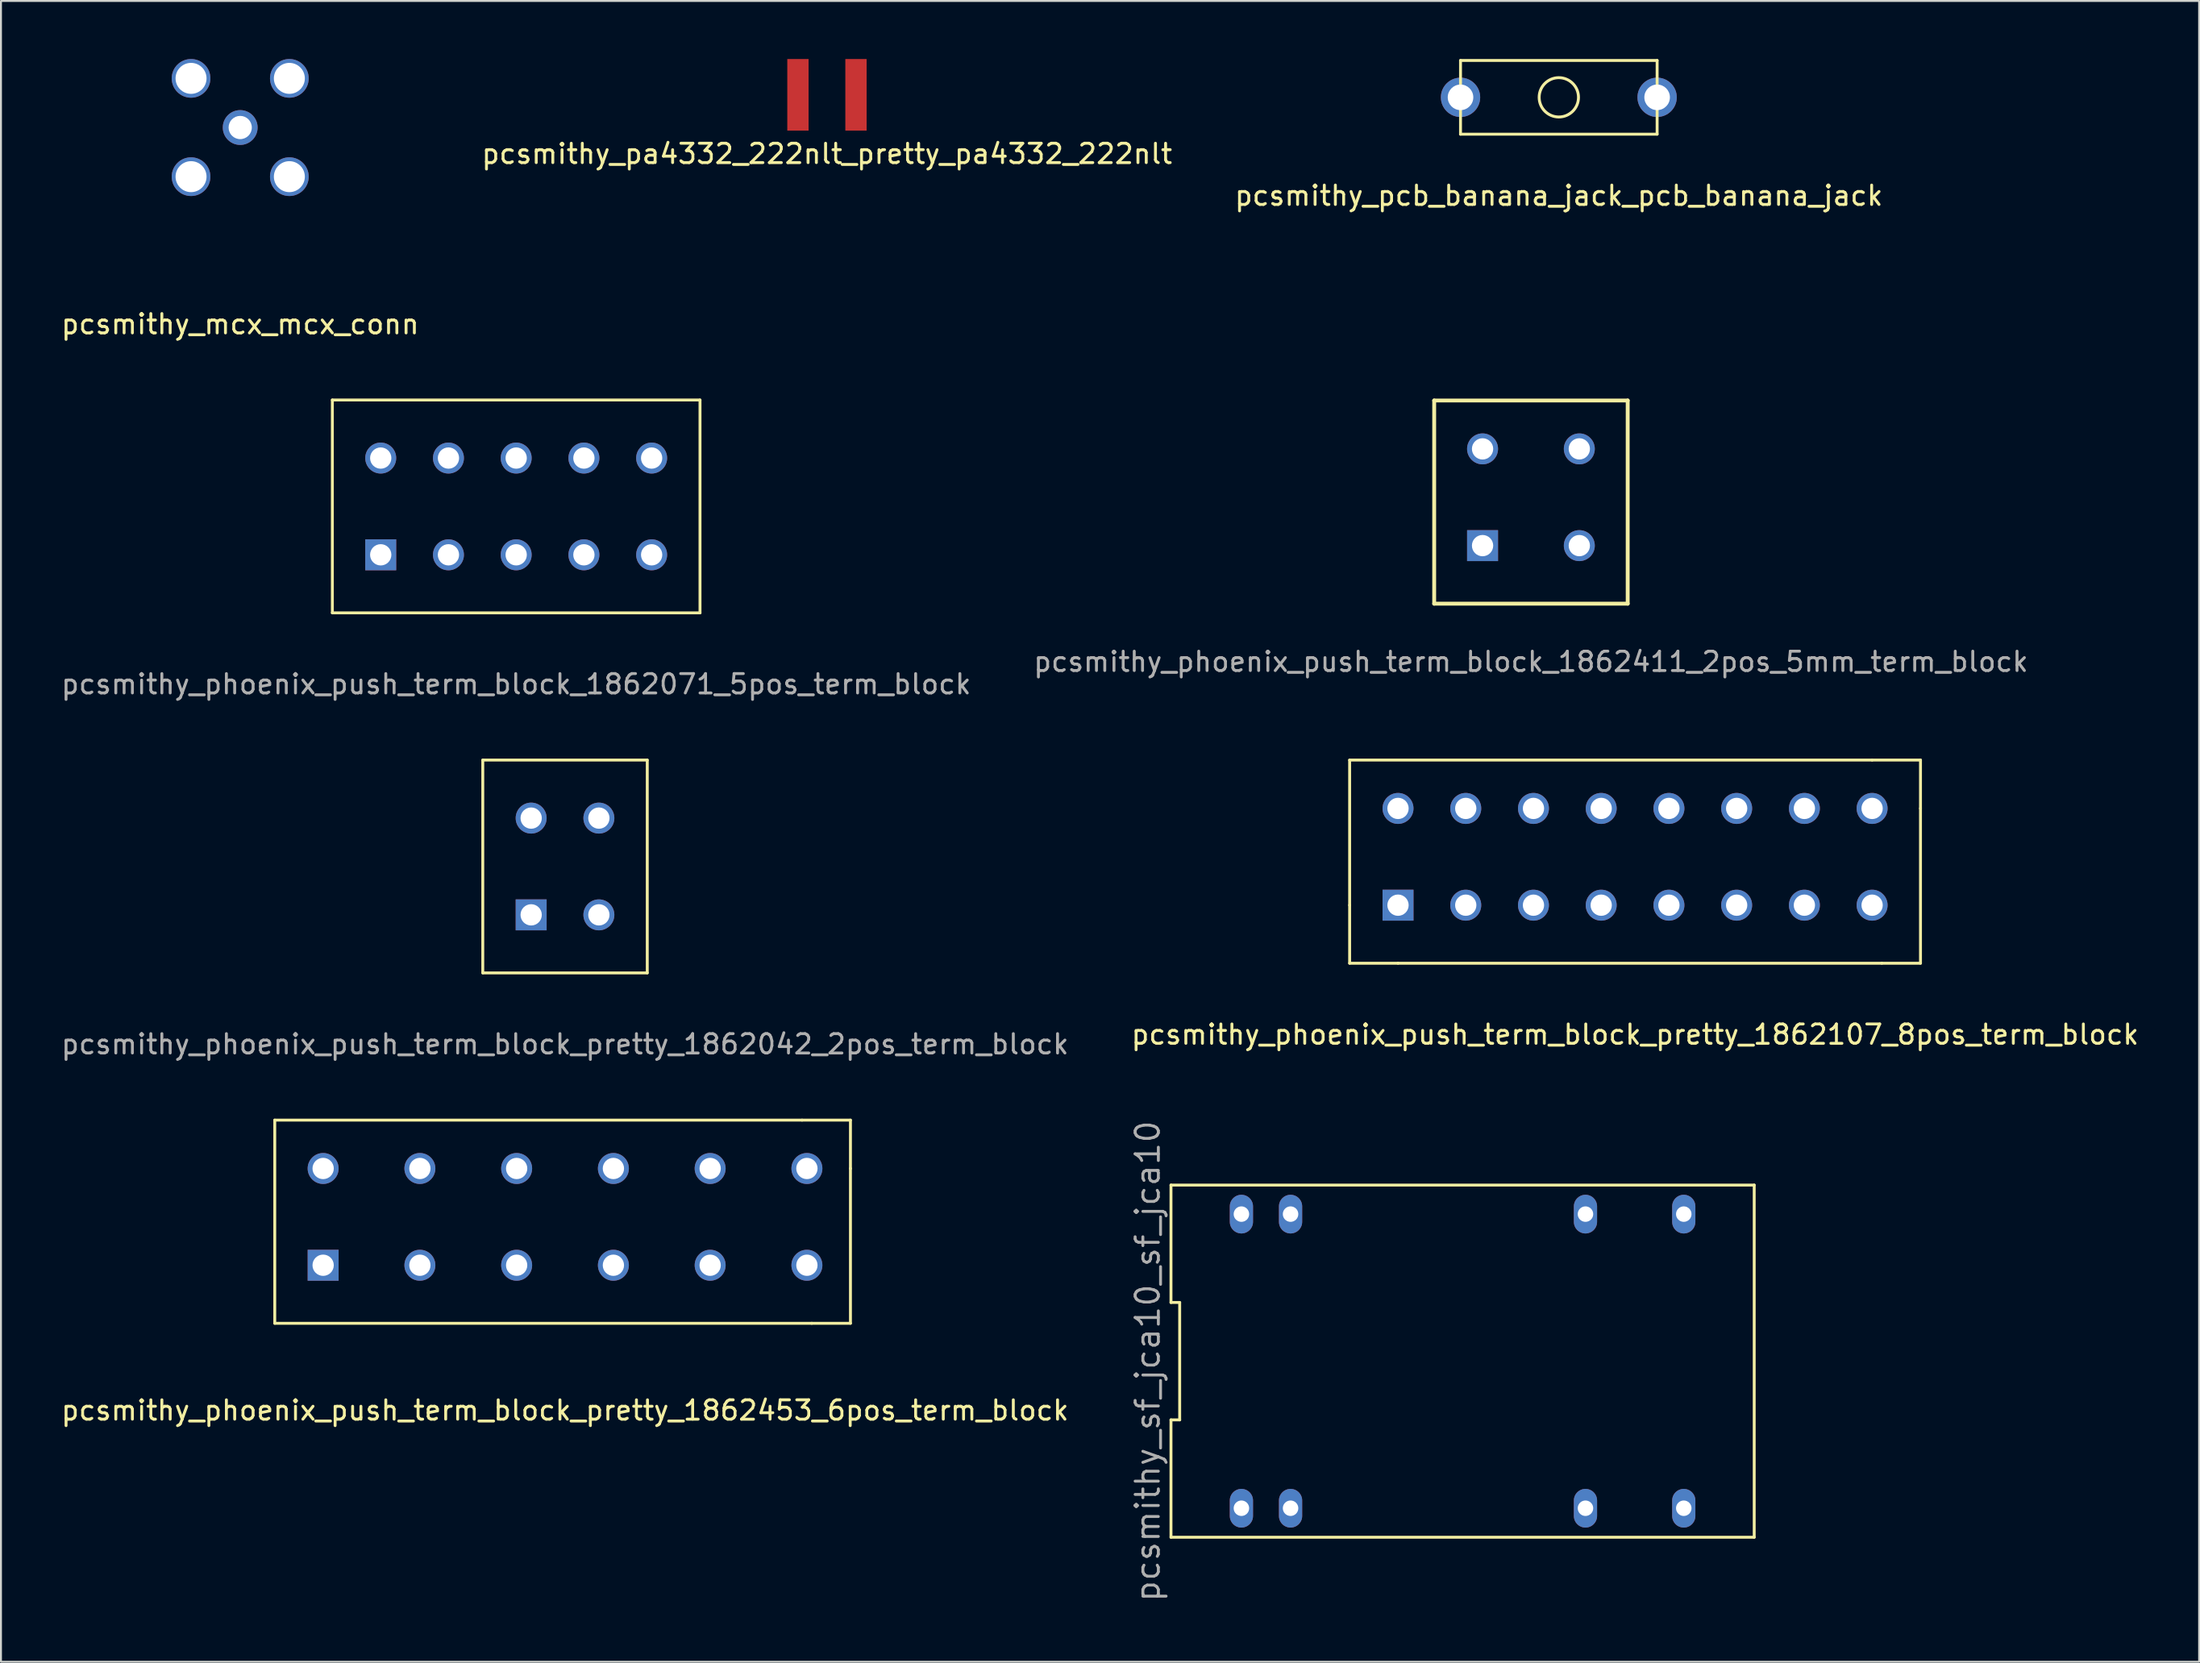
<source format=kicad_pcb>
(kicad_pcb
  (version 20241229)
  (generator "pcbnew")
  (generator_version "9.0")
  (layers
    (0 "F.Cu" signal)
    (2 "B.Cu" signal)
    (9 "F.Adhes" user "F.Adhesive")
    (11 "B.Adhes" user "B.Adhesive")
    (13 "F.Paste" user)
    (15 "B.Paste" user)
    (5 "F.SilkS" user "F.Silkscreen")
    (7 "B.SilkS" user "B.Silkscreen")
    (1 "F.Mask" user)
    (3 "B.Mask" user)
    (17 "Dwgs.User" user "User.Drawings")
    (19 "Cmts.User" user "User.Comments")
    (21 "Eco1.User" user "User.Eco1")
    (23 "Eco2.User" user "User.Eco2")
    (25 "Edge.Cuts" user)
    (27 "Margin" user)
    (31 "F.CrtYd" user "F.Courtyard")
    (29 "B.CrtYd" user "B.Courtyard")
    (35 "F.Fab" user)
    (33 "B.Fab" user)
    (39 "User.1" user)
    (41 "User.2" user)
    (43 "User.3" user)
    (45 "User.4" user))
  (footprint "pcsmithy_pa4332_222nlt_pretty_pa4332_222nlt"
    (layer "F.Cu")
    (at 39.685 1.85)
    (property "Reference" "pcsmithy_pa4332_222nlt_pretty_pa4332_222nlt" (at 0 3.048 0) (layer "F.SilkS") (effects (font (size 1 1) (thickness 0.15))))
    (attr through_hole)
    (pad "1" smd rect (at -1.5 0) (size 1.1 3.7) (layers "F.Cu" "F.Mask" "F.Paste"))
    (pad "2" smd rect (at 1.5 0) (size 1.1 3.7) (layers "F.Cu" "F.Mask" "F.Paste")))
  (footprint "pcsmithy_phoenix_push_term_block_pretty_1862042_2pos_term_block"
    (layer "F.Cu")
    (at 26.149 39.23)
    (property "Reference" "pcsmithy_phoenix_push_term_block_pretty_1862042_2pos_term_block" (at 0 11.684 0) (layer "F.Fab") (effects (font (size 1 1) (thickness 0.15))))
    (attr through_hole)
    (fp_line (start -4.25 8) (end -4.25 -3) (stroke (width 0.15) (type solid)) (layer "F.SilkS"))
    (fp_line (start -4.25 8) (end 4.25 8) (stroke (width 0.15) (type solid)) (layer "F.SilkS"))
    (fp_line (start 4.25 -3) (end -4.25 -3) (stroke (width 0.15) (type solid)) (layer "F.SilkS"))
    (fp_line (start 4.25 8) (end 4.25 -3) (stroke (width 0.15) (type solid)) (layer "F.SilkS"))
    (pad "" np_thru_hole circle (at -1.75 0) (size 1.6 1.6) (drill 1.1) (layers "*.Cu" "*.Mask"))
    (pad "" np_thru_hole circle (at 1.75 0) (size 1.6 1.6) (drill 1.1) (layers "*.Cu" "*.Mask"))
    (pad "1" thru_hole rect (at -1.75 5) (size 1.6 1.6) (drill 1.1) (layers "*.Cu" "*.Mask"))
    (pad "2" thru_hole circle (at 1.75 5) (size 1.6 1.6) (drill 1.1) (layers "*.Cu" "*.Mask")))
  (footprint "pcsmithy_pcb_banana_jack_pcb_banana_jack"
    (layer "F.Cu")
    (at 77.506 1.98)
    (property "Reference" "pcsmithy_pcb_banana_jack_pcb_banana_jack" (at 0 5.08 0) (layer "F.SilkS") (effects (font (size 1 1) (thickness 0.15))))
    (attr through_hole)
    (fp_line (start -5.08 -1.905) (end -5.08 1.905) (stroke (width 0.15) (type solid)) (layer "F.SilkS"))
    (fp_line (start -5.08 1.905) (end 5.08 1.905) (stroke (width 0.15) (type solid)) (layer "F.SilkS"))
    (fp_line (start 5.08 -1.905) (end -5.08 -1.905) (stroke (width 0.15) (type solid)) (layer "F.SilkS"))
    (fp_line (start 5.08 1.905) (end 5.08 -1.905) (stroke (width 0.15) (type solid)) (layer "F.SilkS"))
    (fp_circle (center 0 0) (end 1.016 0) (stroke (width 0.15) (type solid)) (fill no) (layer "F.SilkS"))
    (pad "1" thru_hole circle (at -5.08 0) (size 2.032 2.032) (drill 1.321) (layers "*.Cu" "*.Mask"))
    (pad "1" thru_hole circle (at 5.08 0) (size 2.032 2.032) (drill 1.321) (layers "*.Cu" "*.Mask")))
  (footprint "pcsmithy_phoenix_push_term_block_pretty_1862453_6pos_term_block"
    (layer "F.Cu")
    (at 26.149 59.838)
    (property "Reference" "pcsmithy_phoenix_push_term_block_pretty_1862453_6pos_term_block" (at 0 10 0) (layer "F.SilkS") (effects (font (size 1 1) (thickness 0.15))))
    (attr through_hole)
    (fp_line (start -15 -5) (end 12.25 -5) (stroke (width 0.15) (type solid)) (layer "F.SilkS"))
    (fp_line (start -15 5.5) (end -15 -5) (stroke (width 0.15) (type solid)) (layer "F.SilkS"))
    (fp_line (start -15 5.5) (end 12.75 5.5) (stroke (width 0.15) (type solid)) (layer "F.SilkS"))
    (fp_line (start 14.75 -5) (end 12.25 -5) (stroke (width 0.15) (type solid)) (layer "F.SilkS"))
    (fp_line (start 14.75 -2.5) (end 14.75 -5) (stroke (width 0.15) (type solid)) (layer "F.SilkS"))
    (fp_line (start 14.75 -2.5) (end 14.75 5.5) (stroke (width 0.15) (type solid)) (layer "F.SilkS"))
    (fp_line (start 14.75 5.5) (end 12.75 5.5) (stroke (width 0.15) (type solid)) (layer "F.SilkS"))
    (pad "1" thru_hole circle (at -12.5 -2.5) (size 1.6 1.6) (drill 1.1) (layers "*.Cu" "*.Mask"))
    (pad "1" thru_hole rect (at -12.5 2.5) (size 1.6 1.6) (drill 1.1) (layers "*.Cu" "*.Mask"))
    (pad "2" thru_hole circle (at -7.5 -2.5) (size 1.6 1.6) (drill 1.1) (layers "*.Cu" "*.Mask"))
    (pad "2" thru_hole circle (at -7.5 2.5) (size 1.6 1.6) (drill 1.1) (layers "*.Cu" "*.Mask"))
    (pad "3" thru_hole circle (at -2.5 -2.5) (size 1.6 1.6) (drill 1.1) (layers "*.Cu" "*.Mask"))
    (pad "3" thru_hole circle (at -2.5 2.5) (size 1.6 1.6) (drill 1.1) (layers "*.Cu" "*.Mask"))
    (pad "4" thru_hole circle (at 2.5 -2.5) (size 1.6 1.6) (drill 1.1) (layers "*.Cu" "*.Mask"))
    (pad "4" thru_hole circle (at 2.5 2.5) (size 1.6 1.6) (drill 1.1) (layers "*.Cu" "*.Mask"))
    (pad "5" thru_hole circle (at 7.5 -2.5) (size 1.6 1.6) (drill 1.1) (layers "*.Cu" "*.Mask"))
    (pad "5" thru_hole circle (at 7.5 2.5) (size 1.6 1.6) (drill 1.1) (layers "*.Cu" "*.Mask"))
    (pad "6" thru_hole circle (at 12.5 -2.5) (size 1.6 1.6) (drill 1.1) (layers "*.Cu" "*.Mask"))
    (pad "6" thru_hole circle (at 12.5 2.5) (size 1.6 1.6) (drill 1.1) (layers "*.Cu" "*.Mask")))
  (footprint "pcsmithy_mcx_mcx_conn"
    (layer "F.Cu")
    (at 9.363 3.54)
    (property "Reference" "pcsmithy_mcx_mcx_conn" (at 0 10.16 0) (layer "F.SilkS") (effects (font (size 1 1) (thickness 0.15))))
    (attr through_hole)
    (pad "1" thru_hole circle (at 0 0) (size 1.8 1.8) (drill 1.2) (layers "*.Cu" "*.Mask"))
    (pad "2" thru_hole circle (at -2.54 -2.54) (size 2 2) (drill 1.6) (layers "*.Cu" "*.Mask"))
    (pad "2" thru_hole circle (at -2.54 2.54) (size 2 2) (drill 1.6) (layers "*.Cu" "*.Mask"))
    (pad "2" thru_hole circle (at 2.54 -2.54) (size 2 2) (drill 1.6) (layers "*.Cu" "*.Mask"))
    (pad "2" thru_hole circle (at 2.54 2.54) (size 2 2) (drill 1.6) (layers "*.Cu" "*.Mask")))
  (footprint "pcsmithy_phoenix_push_term_block_1862071_5pos_term_block"
    (layer "F.Cu")
    (at 23.625 20.623)
    (property "Reference" "pcsmithy_phoenix_push_term_block_1862071_5pos_term_block" (at 0 11.684 0) (layer "F.Fab") (effects (font (size 1 1) (thickness 0.15))))
    (attr through_hole)
    (fp_line (start -9.5 -3) (end 9.5 -3) (stroke (width 0.15) (type solid)) (layer "F.SilkS"))
    (fp_line (start -9.5 8) (end -9.5 -3) (stroke (width 0.15) (type solid)) (layer "F.SilkS"))
    (fp_line (start -9.5 8) (end 9.5 8) (stroke (width 0.15) (type solid)) (layer "F.SilkS"))
    (fp_line (start 9.5 -3) (end 9.5 8) (stroke (width 0.15) (type solid)) (layer "F.SilkS"))
    (pad "" np_thru_hole circle (at -7 0) (size 1.6 1.6) (drill 1.1) (layers "*.Cu" "*.Mask"))
    (pad "" np_thru_hole circle (at -3.5 0) (size 1.6 1.6) (drill 1.1) (layers "*.Cu" "*.Mask"))
    (pad "" np_thru_hole circle (at 0 0) (size 1.6 1.6) (drill 1.1) (layers "*.Cu" "*.Mask"))
    (pad "" np_thru_hole circle (at 3.5 0) (size 1.6 1.6) (drill 1.1) (layers "*.Cu" "*.Mask"))
    (pad "" np_thru_hole circle (at 7 0) (size 1.6 1.6) (drill 1.1) (layers "*.Cu" "*.Mask"))
    (pad "1" thru_hole rect (at -7 5) (size 1.6 1.6) (drill 1.1) (layers "*.Cu" "*.Mask"))
    (pad "2" thru_hole circle (at -3.5 5) (size 1.6 1.6) (drill 1.1) (layers "*.Cu" "*.Mask"))
    (pad "3" thru_hole circle (at 0 5) (size 1.6 1.6) (drill 1.1) (layers "*.Cu" "*.Mask"))
    (pad "4" thru_hole circle (at 3.5 5) (size 1.6 1.6) (drill 1.1) (layers "*.Cu" "*.Mask"))
    (pad "5" thru_hole circle (at 7 5) (size 1.6 1.6) (drill 1.1) (layers "*.Cu" "*.Mask")))
  (footprint "pcsmithy_sf_jca10_sf_jca10"
    (layer "F.Cu")
    (at 72.533 67.296)
    (property "Reference" "pcsmithy_sf_jca10_sf_jca10" (at -16.27 0 90) (layer "F.Fab") (effects (font (size 1.2 1.2) (thickness 0.15))))
    (attr through_hole)
    (fp_line (start -15.07 -9.1) (end -15.07 -3.033) (stroke (width 0.15) (type solid)) (layer "F.SilkS"))
    (fp_line (start -15.07 -3.033) (end -14.62 -3.033) (stroke (width 0.15) (type solid)) (layer "F.SilkS"))
    (fp_line (start -15.07 3.033) (end -15.07 9.1) (stroke (width 0.15) (type solid)) (layer "F.SilkS"))
    (fp_line (start -15.07 9.1) (end 15.07 9.1) (stroke (width 0.15) (type solid)) (layer "F.SilkS"))
    (fp_line (start -14.62 -3.033) (end -14.62 3.033) (stroke (width 0.15) (type solid)) (layer "F.SilkS"))
    (fp_line (start -14.62 3.033) (end -15.07 3.033) (stroke (width 0.15) (type solid)) (layer "F.SilkS"))
    (fp_line (start 15.07 -9.1) (end -15.07 -9.1) (stroke (width 0.15) (type solid)) (layer "F.SilkS"))
    (fp_line (start 15.07 9.1) (end 15.07 -9.1) (stroke (width 0.15) (type solid)) (layer "F.SilkS"))
    (pad "2" thru_hole oval (at -11.43 7.6) (size 1.2 2) (drill 0.8) (layers "*.Cu" "*.Mask"))
    (pad "3" thru_hole oval (at -8.89 7.6) (size 1.2 2) (drill 0.8) (layers "*.Cu" "*.Mask"))
    (pad "9" thru_hole oval (at 6.35 7.6) (size 1.2 2) (drill 0.8) (layers "*.Cu" "*.Mask"))
    (pad "11" thru_hole oval (at 11.43 7.6) (size 1.2 2) (drill 0.8) (layers "*.Cu" "*.Mask"))
    (pad "14" thru_hole oval (at 11.43 -7.6) (size 1.2 2) (drill 0.8) (layers "*.Cu" "*.Mask"))
    (pad "16" thru_hole oval (at 6.35 -7.6) (size 1.2 2) (drill 0.8) (layers "*.Cu" "*.Mask"))
    (pad "22" thru_hole oval (at -8.89 -7.6) (size 1.2 2) (drill 0.8) (layers "*.Cu" "*.Mask"))
    (pad "23" thru_hole oval (at -11.43 -7.6) (size 1.2 2) (drill 0.8) (layers "*.Cu" "*.Mask")))
  (footprint "pcsmithy_phoenix_push_term_block_pretty_1862107_8pos_term_block"
    (layer "F.Cu")
    (at 81.446 38.73)
    (property "Reference" "pcsmithy_phoenix_push_term_block_pretty_1862107_8pos_term_block" (at 0 11.684 0) (layer "F.SilkS") (effects (font (size 1 1) (thickness 0.15))))
    (attr through_hole)
    (fp_line (start -14.75 -2.5) (end 12.25 -2.5) (stroke (width 0.15) (type solid)) (layer "F.SilkS"))
    (fp_line (start -14.75 5) (end -14.75 -2.5) (stroke (width 0.15) (type solid)) (layer "F.SilkS"))
    (fp_line (start -14.75 8) (end -14.75 5) (stroke (width 0.15) (type solid)) (layer "F.SilkS"))
    (fp_line (start -12.25 8) (end -14.75 8) (stroke (width 0.15) (type solid)) (layer "F.SilkS"))
    (fp_line (start -12.25 8) (end 12.75 8) (stroke (width 0.15) (type solid)) (layer "F.SilkS"))
    (fp_line (start 14.75 -2.5) (end 12.25 -2.5) (stroke (width 0.15) (type solid)) (layer "F.SilkS"))
    (fp_line (start 14.75 0) (end 14.75 -2.5) (stroke (width 0.15) (type solid)) (layer "F.SilkS"))
    (fp_line (start 14.75 0) (end 14.75 8) (stroke (width 0.15) (type solid)) (layer "F.SilkS"))
    (fp_line (start 14.75 8) (end 12.75 8) (stroke (width 0.15) (type solid)) (layer "F.SilkS"))
    (pad "" np_thru_hole circle (at -12.25 0) (size 1.6 1.6) (drill 1.1) (layers "*.Cu" "*.Mask"))
    (pad "" np_thru_hole circle (at -8.75 0) (size 1.6 1.6) (drill 1.1) (layers "*.Cu" "*.Mask"))
    (pad "" np_thru_hole circle (at -5.25 0) (size 1.6 1.6) (drill 1.1) (layers "*.Cu" "*.Mask"))
    (pad "" np_thru_hole circle (at -1.75 0) (size 1.6 1.6) (drill 1.1) (layers "*.Cu" "*.Mask"))
    (pad "" np_thru_hole circle (at 1.75 0) (size 1.6 1.6) (drill 1.1) (layers "*.Cu" "*.Mask"))
    (pad "" np_thru_hole circle (at 5.25 0) (size 1.6 1.6) (drill 1.1) (layers "*.Cu" "*.Mask"))
    (pad "" np_thru_hole circle (at 8.75 0) (size 1.6 1.6) (drill 1.1) (layers "*.Cu" "*.Mask"))
    (pad "" np_thru_hole circle (at 12.25 0) (size 1.6 1.6) (drill 1.1) (layers "*.Cu" "*.Mask"))
    (pad "1" thru_hole rect (at -12.25 5) (size 1.6 1.6) (drill 1.1) (layers "*.Cu" "*.Mask"))
    (pad "2" thru_hole circle (at -8.75 5) (size 1.6 1.6) (drill 1.1) (layers "*.Cu" "*.Mask"))
    (pad "3" thru_hole circle (at -5.25 5) (size 1.6 1.6) (drill 1.1) (layers "*.Cu" "*.Mask"))
    (pad "4" thru_hole circle (at -1.75 5) (size 1.6 1.6) (drill 1.1) (layers "*.Cu" "*.Mask"))
    (pad "5" thru_hole circle (at 1.75 5) (size 1.6 1.6) (drill 1.1) (layers "*.Cu" "*.Mask"))
    (pad "6" thru_hole circle (at 5.25 5) (size 1.6 1.6) (drill 1.1) (layers "*.Cu" "*.Mask"))
    (pad "7" thru_hole circle (at 8.75 5) (size 1.6 1.6) (drill 1.1) (layers "*.Cu" "*.Mask"))
    (pad "8" thru_hole circle (at 12.25 5) (size 1.6 1.6) (drill 1.1) (layers "*.Cu" "*.Mask")))
  (footprint "pcsmithy_phoenix_push_term_block_1862411_2pos_5mm_term_block"
    (layer "F.Cu")
    (at 76.065 22.648)
    (property "Reference" "pcsmithy_phoenix_push_term_block_1862411_2pos_5mm_term_block" (at 0 8.5 0) (layer "F.Fab") (effects (font (size 1 1) (thickness 0.15))))
    (attr through_hole)
    (fp_line (start -5 -5) (end -5 5.5) (stroke (width 0.2) (type solid)) (layer "F.SilkS"))
    (fp_line (start -5 -5) (end 5 -5) (stroke (width 0.2) (type solid)) (layer "F.SilkS"))
    (fp_line (start 5 5.5) (end -5 5.5) (stroke (width 0.2) (type solid)) (layer "F.SilkS"))
    (fp_line (start 5 5.5) (end 5 -5) (stroke (width 0.2) (type solid)) (layer "F.SilkS"))
    (pad "1" thru_hole circle (at -2.5 -2.5) (size 1.6 1.6) (drill 1.1) (layers "*.Cu" "*.Mask"))
    (pad "1" thru_hole rect (at -2.5 2.5) (size 1.6 1.6) (drill 1.1) (layers "*.Cu" "*.Mask"))
    (pad "2" thru_hole circle (at 2.5 -2.5) (size 1.6 1.6) (drill 1.1) (layers "*.Cu" "*.Mask"))
    (pad "2" thru_hole circle (at 2.5 2.5) (size 1.6 1.6) (drill 1.1) (layers "*.Cu" "*.Mask")))
  (gr_rect
    (start -3 -3)
    (end 110.595 82.83)
    (stroke (width 0.1) (type default))
    (fill no)
    (layer "Edge.Cuts")))
</source>
